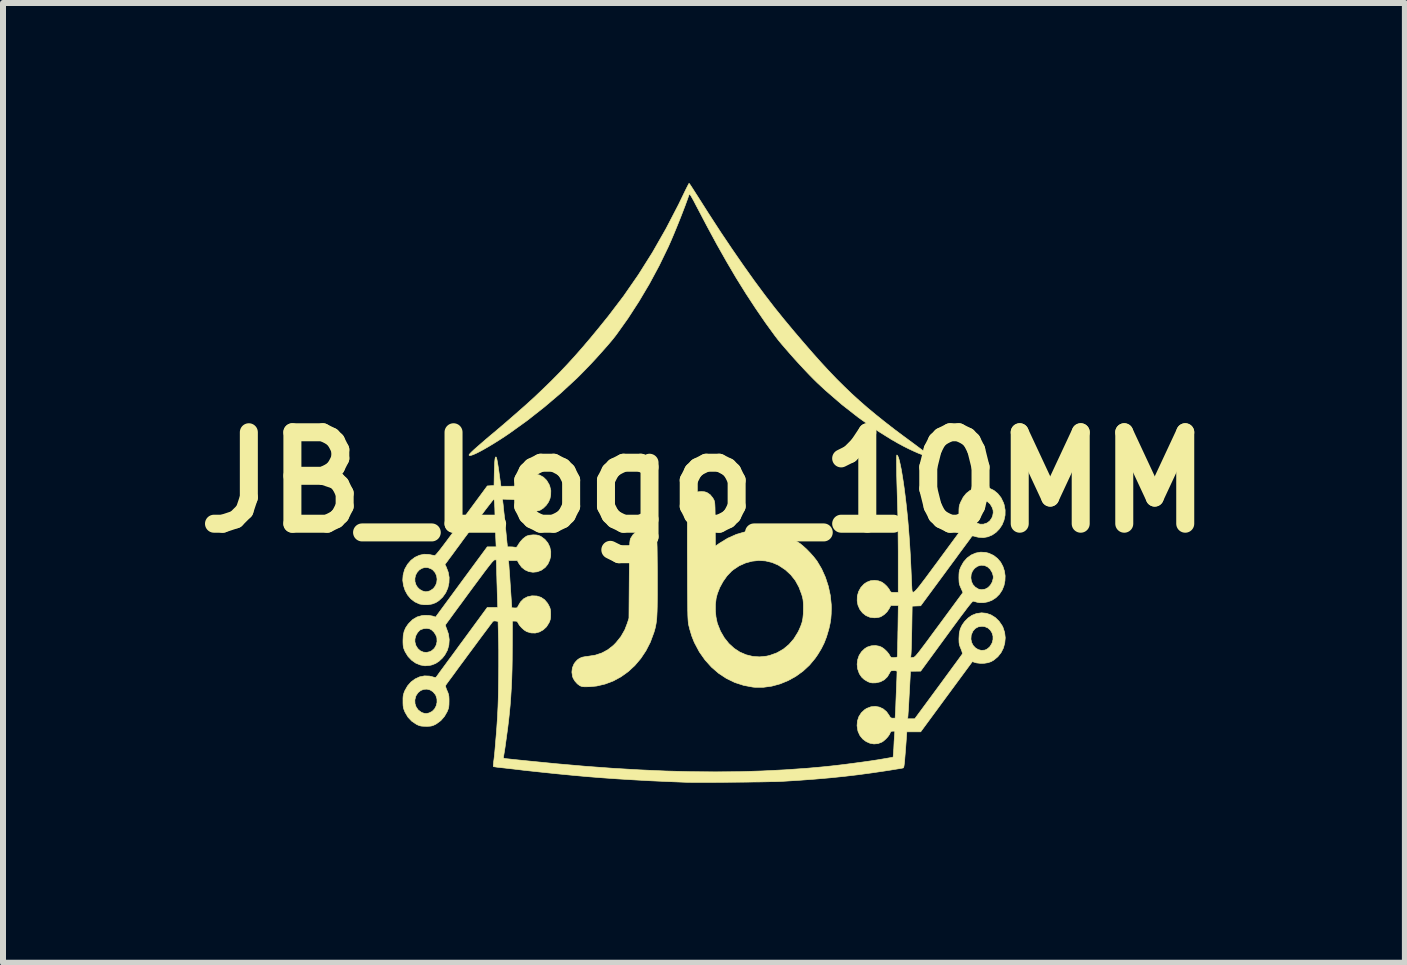
<source format=kicad_pcb>
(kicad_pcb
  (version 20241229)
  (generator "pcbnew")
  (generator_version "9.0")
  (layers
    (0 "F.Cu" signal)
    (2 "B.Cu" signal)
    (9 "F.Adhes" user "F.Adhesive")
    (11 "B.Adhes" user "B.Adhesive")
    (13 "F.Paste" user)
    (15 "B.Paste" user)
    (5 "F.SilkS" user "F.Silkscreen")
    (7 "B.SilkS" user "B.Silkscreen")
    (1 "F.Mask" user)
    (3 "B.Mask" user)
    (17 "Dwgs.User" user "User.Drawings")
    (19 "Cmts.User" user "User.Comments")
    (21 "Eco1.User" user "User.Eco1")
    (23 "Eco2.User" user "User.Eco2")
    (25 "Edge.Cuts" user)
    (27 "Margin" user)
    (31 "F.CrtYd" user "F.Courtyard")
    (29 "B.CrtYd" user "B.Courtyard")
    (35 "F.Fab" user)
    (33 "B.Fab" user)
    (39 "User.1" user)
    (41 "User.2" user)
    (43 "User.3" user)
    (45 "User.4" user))
  (footprint "JB_Logo_10MM"
    (layer "F.Cu")
    (at 8.68 4.987)
    (property "Reference" "JB_Logo_10MM" (at 0 0 0) (layer "F.SilkS") (effects (font (size 1.524 1.524) (thickness 0.3))))
    (attr exclude_from_pos_files exclude_from_bom)
    (fp_poly (pts (xy -0.953 0.798) (xy -0.91 0.812) (xy -0.907 0.814) (xy -0.869 0.842) (xy -0.832 0.883) (xy -0.803 0.927) (xy -0.787 0.965) (xy -0.785 0.985) (xy -0.783 1.024) (xy -0.781 1.083) (xy -0.78 1.159) (xy -0.779 1.252) (xy -0.778 1.359) (xy -0.777 1.479) (xy -0.777 1.611) (xy -0.777 1.613) (xy -0.777 1.755) (xy -0.777 1.877) (xy -0.778 1.982) (xy -0.779 2.071) (xy -0.781 2.146) (xy -0.784 2.21) (xy -0.787 2.265) (xy -0.792 2.311) (xy -0.798 2.353) (xy -0.805 2.391) (xy -0.813 2.428) (xy -0.823 2.465) (xy -0.835 2.505) (xy -0.838 2.512) (xy -0.894 2.664) (xy -0.967 2.806) (xy -1.053 2.935) (xy -1.152 3.052) (xy -1.263 3.154) (xy -1.383 3.24) (xy -1.512 3.31) (xy -1.648 3.361) (xy -1.789 3.394) (xy -1.903 3.405) (xy -1.957 3.406) (xy -1.996 3.406) (xy -2.024 3.403) (xy -2.046 3.398) (xy -2.066 3.389) (xy -2.067 3.389) (xy -2.109 3.358) (xy -2.148 3.315) (xy -2.178 3.267) (xy -2.19 3.236) (xy -2.201 3.162) (xy -2.193 3.092) (xy -2.166 3.027) (xy -2.146 2.998) (xy -2.111 2.96) (xy -2.074 2.933) (xy -2.029 2.914) (xy -1.972 2.903) (xy -1.928 2.898) (xy -1.809 2.879) (xy -1.701 2.843) (xy -1.603 2.79) (xy -1.511 2.718) (xy -1.464 2.67) (xy -1.383 2.569) (xy -1.319 2.457) (xy -1.277 2.348) (xy -1.25 2.263) (xy -1.245 1.617) (xy -1.244 1.483) (xy -1.243 1.368) (xy -1.242 1.272) (xy -1.241 1.192) (xy -1.24 1.127) (xy -1.239 1.075) (xy -1.237 1.034) (xy -1.236 1.003) (xy -1.233 0.98) (xy -1.231 0.962) (xy -1.227 0.949) (xy -1.224 0.939) (xy -1.219 0.929) (xy -1.218 0.927) (xy -1.182 0.872) (xy -1.134 0.828) (xy -1.098 0.807) (xy -1.056 0.795) (xy -1.004 0.793) (xy -0.953 0.798)) (stroke (width 0.01) (type solid)) (fill yes) (layer "F.SilkS"))
    (fp_poly (pts (xy -0.241 -4.974) (xy -0.224 -4.95) (xy -0.2 -4.913) (xy -0.169 -4.865) (xy -0.134 -4.81) (xy -0.114 -4.779) (xy 0.085 -4.466) (xy 0.28 -4.166) (xy 0.471 -3.882) (xy 0.657 -3.613) (xy 0.837 -3.36) (xy 1.011 -3.125) (xy 1.178 -2.908) (xy 1.338 -2.71) (xy 1.344 -2.703) (xy 1.508 -2.506) (xy 1.662 -2.326) (xy 1.807 -2.159) (xy 1.945 -2.004) (xy 2.078 -1.86) (xy 2.208 -1.724) (xy 2.336 -1.597) (xy 2.464 -1.474) (xy 2.594 -1.356) (xy 2.728 -1.239) (xy 2.867 -1.124) (xy 3.013 -1.007) (xy 3.167 -0.887) (xy 3.333 -0.763) (xy 3.466 -0.665) (xy 3.527 -0.62) (xy 3.583 -0.578) (xy 3.633 -0.541) (xy 3.673 -0.509) (xy 3.701 -0.486) (xy 3.715 -0.473) (xy 3.739 -0.445) (xy 3.708 -0.445) (xy 3.674 -0.45) (xy 3.625 -0.465) (xy 3.563 -0.489) (xy 3.491 -0.521) (xy 3.41 -0.559) (xy 3.323 -0.603) (xy 3.232 -0.652) (xy 3.14 -0.705) (xy 3.133 -0.708) (xy 2.853 -0.883) (xy 2.575 -1.079) (xy 2.299 -1.295) (xy 2.026 -1.531) (xy 1.89 -1.657) (xy 1.829 -1.717) (xy 1.759 -1.788) (xy 1.683 -1.868) (xy 1.603 -1.954) (xy 1.522 -2.042) (xy 1.443 -2.131) (xy 1.368 -2.217) (xy 1.299 -2.297) (xy 1.24 -2.368) (xy 1.194 -2.428) (xy 1.191 -2.431) (xy 1.026 -2.658) (xy 0.864 -2.894) (xy 0.702 -3.141) (xy 0.54 -3.401) (xy 0.378 -3.676) (xy 0.213 -3.968) (xy 0.046 -4.277) (xy -0.093 -4.542) (xy -0.137 -4.625) (xy -0.171 -4.691) (xy -0.199 -4.741) (xy -0.219 -4.775) (xy -0.233 -4.796) (xy -0.241 -4.804) (xy -0.245 -4.802) (xy -0.277 -4.712) (xy -0.315 -4.608) (xy -0.359 -4.493) (xy -0.406 -4.373) (xy -0.455 -4.252) (xy -0.503 -4.135) (xy -0.549 -4.027) (xy -0.591 -3.932) (xy -0.597 -3.919) (xy -0.747 -3.61) (xy -0.91 -3.307) (xy -1.084 -3.014) (xy -1.266 -2.733) (xy -1.454 -2.469) (xy -1.478 -2.437) (xy -1.524 -2.379) (xy -1.582 -2.31) (xy -1.65 -2.232) (xy -1.725 -2.148) (xy -1.803 -2.061) (xy -1.884 -1.974) (xy -1.964 -1.891) (xy -2.04 -1.813) (xy -2.109 -1.744) (xy -2.118 -1.735) (xy -2.384 -1.489) (xy -2.662 -1.253) (xy -2.947 -1.029) (xy -3.235 -0.822) (xy -3.322 -0.763) (xy -3.416 -0.702) (xy -3.507 -0.645) (xy -3.592 -0.594) (xy -3.67 -0.549) (xy -3.74 -0.511) (xy -3.8 -0.481) (xy -3.849 -0.46) (xy -3.886 -0.448) (xy -3.908 -0.447) (xy -3.915 -0.455) (xy -3.91 -0.465) (xy -3.895 -0.483) (xy -3.87 -0.508) (xy -3.833 -0.543) (xy -3.783 -0.587) (xy -3.72 -0.642) (xy -3.644 -0.708) (xy -3.552 -0.786) (xy -3.506 -0.824) (xy -3.315 -0.986) (xy -3.139 -1.139) (xy -2.975 -1.283) (xy -2.822 -1.422) (xy -2.679 -1.558) (xy -2.542 -1.691) (xy -2.41 -1.825) (xy -2.281 -1.961) (xy -2.153 -2.101) (xy -2.024 -2.248) (xy -1.892 -2.403) (xy -1.756 -2.568) (xy -1.612 -2.746) (xy -1.595 -2.767) (xy -1.338 -3.105) (xy -1.092 -3.46) (xy -0.857 -3.833) (xy -0.634 -4.224) (xy -0.422 -4.632) (xy -0.338 -4.806) (xy -0.311 -4.862) (xy -0.287 -4.91) (xy -0.267 -4.949) (xy -0.254 -4.974) (xy -0.248 -4.982) (xy -0.241 -4.974)) (stroke (width 0.01) (type solid)) (fill yes) (layer "F.SilkS"))
    (fp_poly (pts (xy 0.012 0.158) (xy 0.048 0.169) (xy 0.102 0.205) (xy 0.146 0.258) (xy 0.163 0.288) (xy 0.169 0.3) (xy 0.173 0.314) (xy 0.177 0.33) (xy 0.18 0.353) (xy 0.182 0.383) (xy 0.184 0.424) (xy 0.185 0.478) (xy 0.186 0.547) (xy 0.187 0.634) (xy 0.187 0.697) (xy 0.19 1.063) (xy 0.257 1.016) (xy 0.396 0.931) (xy 0.542 0.866) (xy 0.697 0.821) (xy 0.769 0.808) (xy 0.916 0.795) (xy 1.064 0.803) (xy 1.21 0.833) (xy 1.355 0.882) (xy 1.495 0.952) (xy 1.604 1.022) (xy 1.655 1.064) (xy 1.713 1.117) (xy 1.772 1.178) (xy 1.828 1.241) (xy 1.874 1.3) (xy 1.884 1.313) (xy 1.96 1.441) (xy 2.023 1.581) (xy 2.072 1.731) (xy 2.105 1.884) (xy 2.121 2.038) (xy 2.122 2.096) (xy 2.12 2.19) (xy 2.114 2.271) (xy 2.102 2.349) (xy 2.084 2.431) (xy 2.076 2.46) (xy 2.042 2.575) (xy 2.002 2.678) (xy 1.954 2.774) (xy 1.895 2.871) (xy 1.851 2.934) (xy 1.758 3.046) (xy 1.65 3.146) (xy 1.531 3.232) (xy 1.403 3.303) (xy 1.269 3.358) (xy 1.13 3.396) (xy 0.991 3.415) (xy 0.852 3.415) (xy 0.817 3.412) (xy 0.661 3.383) (xy 0.513 3.335) (xy 0.373 3.267) (xy 0.244 3.182) (xy 0.125 3.079) (xy 0.018 2.96) (xy -0.077 2.825) (xy -0.157 2.675) (xy -0.162 2.665) (xy -0.203 2.562) (xy -0.238 2.445) (xy -0.256 2.372) (xy -0.259 2.357) (xy -0.261 2.339) (xy -0.263 2.317) (xy -0.265 2.29) (xy -0.267 2.256) (xy -0.269 2.213) (xy -0.27 2.16) (xy -0.271 2.137) (xy 0.19 2.137) (xy 0.2 2.242) (xy 0.22 2.339) (xy 0.226 2.358) (xy 0.275 2.481) (xy 0.339 2.591) (xy 0.414 2.685) (xy 0.501 2.765) (xy 0.597 2.828) (xy 0.701 2.873) (xy 0.811 2.9) (xy 0.926 2.908) (xy 1.044 2.896) (xy 1.099 2.883) (xy 1.217 2.84) (xy 1.323 2.779) (xy 1.417 2.701) (xy 1.498 2.607) (xy 1.566 2.497) (xy 1.582 2.465) (xy 1.613 2.394) (xy 1.635 2.33) (xy 1.648 2.265) (xy 1.655 2.194) (xy 1.657 2.11) (xy 1.657 2.1) (xy 1.657 2.038) (xy 1.654 1.99) (xy 1.65 1.952) (xy 1.642 1.916) (xy 1.631 1.876) (xy 1.63 1.872) (xy 1.583 1.747) (xy 1.523 1.637) (xy 1.447 1.541) (xy 1.357 1.458) (xy 1.25 1.387) (xy 1.237 1.379) (xy 1.134 1.335) (xy 1.025 1.309) (xy 0.913 1.302) (xy 0.801 1.314) (xy 0.691 1.344) (xy 0.586 1.391) (xy 0.489 1.456) (xy 0.458 1.481) (xy 0.384 1.559) (xy 0.319 1.651) (xy 0.264 1.751) (xy 0.223 1.855) (xy 0.203 1.932) (xy 0.191 2.031) (xy 0.19 2.137) (xy -0.271 2.137) (xy -0.271 2.097) (xy -0.272 2.02) (xy -0.273 1.93) (xy -0.274 1.824) (xy -0.275 1.701) (xy -0.275 1.56) (xy -0.276 1.399) (xy -0.276 1.335) (xy -0.277 1.154) (xy -0.277 0.994) (xy -0.277 0.854) (xy -0.277 0.733) (xy -0.277 0.629) (xy -0.276 0.543) (xy -0.275 0.472) (xy -0.274 0.416) (xy -0.272 0.375) (xy -0.271 0.346) (xy -0.269 0.33) (xy -0.268 0.329) (xy -0.247 0.278) (xy -0.213 0.229) (xy -0.172 0.189) (xy -0.145 0.172) (xy -0.098 0.158) (xy -0.043 0.153) (xy 0.012 0.158)) (stroke (width 0.01) (type solid)) (fill yes) (layer "F.SilkS"))
    (fp_poly (pts (xy 3.226 -0.445) (xy 3.24 -0.415) (xy 3.255 -0.366) (xy 3.27 -0.3) (xy 3.287 -0.218) (xy 3.303 -0.123) (xy 3.32 -0.016) (xy 3.337 0.102) (xy 3.353 0.229) (xy 3.369 0.363) (xy 3.384 0.503) (xy 3.397 0.634) (xy 3.408 0.766) (xy 3.419 0.91) (xy 3.429 1.059) (xy 3.438 1.207) (xy 3.445 1.348) (xy 3.451 1.473) (xy 3.451 1.476) (xy 3.454 1.544) (xy 3.457 1.614) (xy 3.46 1.679) (xy 3.462 1.731) (xy 3.463 1.735) (xy 3.464 1.765) (xy 3.466 1.791) (xy 3.469 1.811) (xy 3.474 1.825) (xy 3.482 1.831) (xy 3.494 1.829) (xy 3.51 1.818) (xy 3.532 1.797) (xy 3.56 1.765) (xy 3.595 1.722) (xy 3.638 1.665) (xy 3.691 1.596) (xy 3.753 1.512) (xy 3.826 1.413) (xy 3.911 1.299) (xy 3.917 1.29) (xy 4.315 0.75) (xy 4.282 0.676) (xy 4.266 0.64) (xy 4.256 0.609) (xy 4.251 0.578) (xy 4.249 0.539) (xy 4.248 0.5) (xy 4.248 0.497) (xy 4.444 0.497) (xy 4.447 0.524) (xy 4.467 0.59) (xy 4.501 0.642) (xy 4.546 0.678) (xy 4.599 0.697) (xy 4.657 0.697) (xy 4.717 0.677) (xy 4.719 0.676) (xy 4.762 0.643) (xy 4.795 0.596) (xy 4.811 0.556) (xy 4.82 0.505) (xy 4.817 0.462) (xy 4.802 0.418) (xy 4.769 0.362) (xy 4.725 0.322) (xy 4.673 0.3) (xy 4.617 0.296) (xy 4.56 0.312) (xy 4.557 0.313) (xy 4.512 0.346) (xy 4.476 0.39) (xy 4.453 0.443) (xy 4.444 0.497) (xy 4.248 0.497) (xy 4.249 0.447) (xy 4.252 0.409) (xy 4.259 0.377) (xy 4.271 0.345) (xy 4.276 0.333) (xy 4.319 0.249) (xy 4.371 0.184) (xy 4.434 0.135) (xy 4.51 0.098) (xy 4.594 0.078) (xy 4.677 0.078) (xy 4.756 0.098) (xy 4.83 0.134) (xy 4.895 0.187) (xy 4.949 0.255) (xy 4.989 0.337) (xy 5.001 0.371) (xy 5.018 0.461) (xy 5.017 0.548) (xy 4.999 0.631) (xy 4.968 0.707) (xy 4.923 0.775) (xy 4.868 0.832) (xy 4.803 0.877) (xy 4.731 0.907) (xy 4.654 0.921) (xy 4.573 0.915) (xy 4.536 0.907) (xy 4.502 0.897) (xy 4.481 0.893) (xy 4.469 0.895) (xy 4.46 0.903) (xy 4.457 0.908) (xy 4.449 0.919) (xy 4.429 0.947) (xy 4.399 0.988) (xy 4.359 1.042) (xy 4.311 1.107) (xy 4.256 1.181) (xy 4.196 1.264) (xy 4.13 1.353) (xy 4.06 1.448) (xy 4.027 1.493) (xy 3.611 2.057) (xy 3.54 2.06) (xy 3.469 2.063) (xy 3.463 2.435) (xy 3.461 2.525) (xy 3.459 2.611) (xy 3.457 2.689) (xy 3.455 2.757) (xy 3.453 2.812) (xy 3.451 2.849) (xy 3.45 2.864) (xy 3.444 2.921) (xy 3.482 2.918) (xy 3.49 2.917) (xy 3.498 2.914) (xy 3.507 2.909) (xy 3.518 2.9) (xy 3.532 2.886) (xy 3.55 2.865) (xy 3.573 2.837) (xy 3.602 2.8) (xy 3.638 2.752) (xy 3.682 2.694) (xy 3.735 2.623) (xy 3.797 2.538) (xy 3.871 2.438) (xy 3.918 2.375) (xy 4.315 1.836) (xy 4.282 1.762) (xy 4.266 1.725) (xy 4.256 1.695) (xy 4.251 1.664) (xy 4.249 1.624) (xy 4.248 1.592) (xy 4.447 1.592) (xy 4.456 1.649) (xy 4.48 1.702) (xy 4.52 1.746) (xy 4.523 1.748) (xy 4.574 1.779) (xy 4.625 1.789) (xy 4.683 1.78) (xy 4.686 1.779) (xy 4.733 1.754) (xy 4.773 1.713) (xy 4.803 1.661) (xy 4.819 1.602) (xy 4.821 1.574) (xy 4.816 1.547) (xy 4.806 1.513) (xy 4.802 1.503) (xy 4.769 1.448) (xy 4.725 1.408) (xy 4.673 1.385) (xy 4.617 1.381) (xy 4.56 1.397) (xy 4.557 1.399) (xy 4.508 1.434) (xy 4.473 1.48) (xy 4.452 1.534) (xy 4.447 1.592) (xy 4.248 1.592) (xy 4.248 1.585) (xy 4.249 1.534) (xy 4.252 1.496) (xy 4.258 1.465) (xy 4.27 1.433) (xy 4.28 1.409) (xy 4.325 1.328) (xy 4.384 1.261) (xy 4.452 1.211) (xy 4.529 1.178) (xy 4.61 1.163) (xy 4.695 1.168) (xy 4.748 1.182) (xy 4.826 1.218) (xy 4.891 1.269) (xy 4.943 1.33) (xy 4.981 1.401) (xy 5.006 1.478) (xy 5.018 1.558) (xy 5.015 1.64) (xy 4.999 1.719) (xy 4.969 1.794) (xy 4.924 1.863) (xy 4.865 1.922) (xy 4.797 1.966) (xy 4.73 1.991) (xy 4.66 2.005) (xy 4.591 2.005) (xy 4.552 1.998) (xy 4.52 1.989) (xy 4.494 1.982) (xy 4.487 1.98) (xy 4.481 1.982) (xy 4.471 1.99) (xy 4.457 2.005) (xy 4.437 2.029) (xy 4.41 2.062) (xy 4.376 2.106) (xy 4.335 2.161) (xy 4.284 2.228) (xy 4.224 2.309) (xy 4.153 2.405) (xy 4.072 2.516) (xy 4.039 2.561) (xy 3.611 3.146) (xy 3.526 3.147) (xy 3.441 3.148) (xy 3.423 3.482) (xy 3.418 3.568) (xy 3.414 3.65) (xy 3.41 3.725) (xy 3.406 3.789) (xy 3.402 3.839) (xy 3.4 3.872) (xy 3.4 3.878) (xy 3.394 3.94) (xy 3.512 3.94) (xy 3.905 3.407) (xy 3.974 3.313) (xy 4.039 3.224) (xy 4.1 3.141) (xy 4.155 3.066) (xy 4.203 3.001) (xy 4.243 2.946) (xy 4.274 2.903) (xy 4.295 2.874) (xy 4.305 2.86) (xy 4.305 2.859) (xy 4.305 2.844) (xy 4.297 2.814) (xy 4.283 2.777) (xy 4.281 2.772) (xy 4.265 2.733) (xy 4.255 2.7) (xy 4.25 2.666) (xy 4.249 2.623) (xy 4.249 2.613) (xy 4.448 2.613) (xy 4.46 2.669) (xy 4.486 2.719) (xy 4.524 2.759) (xy 4.57 2.787) (xy 4.621 2.8) (xy 4.676 2.796) (xy 4.704 2.786) (xy 4.731 2.768) (xy 4.76 2.742) (xy 4.768 2.733) (xy 4.801 2.677) (xy 4.816 2.62) (xy 4.816 2.562) (xy 4.8 2.509) (xy 4.771 2.462) (xy 4.73 2.426) (xy 4.678 2.404) (xy 4.632 2.399) (xy 4.57 2.408) (xy 4.52 2.435) (xy 4.481 2.48) (xy 4.455 2.54) (xy 4.452 2.553) (xy 4.448 2.613) (xy 4.249 2.613) (xy 4.249 2.6) (xy 4.254 2.514) (xy 4.271 2.441) (xy 4.302 2.377) (xy 4.344 2.318) (xy 4.403 2.259) (xy 4.465 2.216) (xy 4.538 2.187) (xy 4.544 2.186) (xy 4.625 2.174) (xy 4.706 2.182) (xy 4.783 2.209) (xy 4.854 2.253) (xy 4.916 2.313) (xy 4.967 2.387) (xy 4.982 2.416) (xy 5.01 2.502) (xy 5.02 2.59) (xy 5.012 2.677) (xy 4.989 2.761) (xy 4.95 2.838) (xy 4.896 2.906) (xy 4.83 2.961) (xy 4.785 2.987) (xy 4.733 3.005) (xy 4.67 3.015) (xy 4.604 3.016) (xy 4.544 3.009) (xy 4.523 3.004) (xy 4.472 2.987) (xy 4.041 3.572) (xy 3.611 4.157) (xy 3.495 4.157) (xy 3.38 4.157) (xy 3.368 4.323) (xy 3.36 4.431) (xy 3.353 4.52) (xy 3.347 4.592) (xy 3.343 4.647) (xy 3.338 4.689) (xy 3.334 4.719) (xy 3.33 4.739) (xy 3.326 4.751) (xy 3.321 4.757) (xy 3.318 4.759) (xy 3.304 4.762) (xy 3.273 4.768) (xy 3.228 4.775) (xy 3.172 4.784) (xy 3.106 4.795) (xy 3.033 4.806) (xy 3.023 4.808) (xy 2.791 4.842) (xy 2.562 4.873) (xy 2.332 4.9) (xy 2.097 4.924) (xy 1.854 4.945) (xy 1.599 4.964) (xy 1.328 4.981) (xy 1.295 4.983) (xy 1.253 4.985) (xy 1.193 4.987) (xy 1.117 4.988) (xy 1.029 4.99) (xy 0.929 4.992) (xy 0.821 4.993) (xy 0.707 4.995) (xy 0.588 4.996) (xy 0.468 4.997) (xy 0.347 4.998) (xy 0.23 4.999) (xy 0.117 5) (xy 0.011 5) (xy -0.085 5) (xy -0.17 5) (xy -0.241 4.999) (xy -0.296 4.998) (xy -0.324 4.997) (xy -0.624 4.985) (xy -0.908 4.972) (xy -1.179 4.957) (xy -1.441 4.941) (xy -1.697 4.923) (xy -1.95 4.903) (xy -2.204 4.88) (xy -2.463 4.855) (xy -2.73 4.827) (xy -3.008 4.797) (xy -3.098 4.786) (xy -3.174 4.777) (xy -3.248 4.769) (xy -3.315 4.761) (xy -3.372 4.755) (xy -3.416 4.75) (xy -3.443 4.747) (xy -3.444 4.747) (xy -3.477 4.742) (xy -3.501 4.738) (xy -3.51 4.734) (xy -3.51 4.721) (xy -3.508 4.692) (xy -3.504 4.651) (xy -3.5 4.624) (xy -3.493 4.564) (xy -3.485 4.485) (xy -3.477 4.394) (xy -3.469 4.294) (xy -3.46 4.189) (xy -3.452 4.083) (xy -3.445 3.981) (xy -3.439 3.887) (xy -3.437 3.837) (xy -3.432 3.737) (xy -3.428 3.619) (xy -3.425 3.488) (xy -3.423 3.349) (xy -3.421 3.205) (xy -3.42 3.061) (xy -3.42 2.921) (xy -3.42 2.79) (xy -3.422 2.672) (xy -3.424 2.595) (xy -3.431 2.318) (xy -3.466 2.311) (xy -3.498 2.309) (xy -3.515 2.316) (xy -3.523 2.325) (xy -3.542 2.351) (xy -3.571 2.389) (xy -3.608 2.439) (xy -3.653 2.499) (xy -3.704 2.567) (xy -3.759 2.641) (xy -3.817 2.72) (xy -3.878 2.802) (xy -3.939 2.884) (xy -3.999 2.966) (xy -4.058 3.045) (xy -4.113 3.12) (xy -4.163 3.189) (xy -4.208 3.25) (xy -4.246 3.301) (xy -4.275 3.341) (xy -4.294 3.367) (xy -4.3 3.377) (xy -4.306 3.39) (xy -4.304 3.408) (xy -4.295 3.436) (xy -4.281 3.47) (xy -4.265 3.508) (xy -4.255 3.539) (xy -4.25 3.571) (xy -4.248 3.613) (xy -4.248 3.647) (xy -4.249 3.699) (xy -4.252 3.736) (xy -4.258 3.767) (xy -4.27 3.799) (xy -4.279 3.821) (xy -4.325 3.901) (xy -4.385 3.97) (xy -4.457 4.023) (xy -4.472 4.032) (xy -4.506 4.048) (xy -4.534 4.058) (xy -4.564 4.063) (xy -4.603 4.065) (xy -4.632 4.065) (xy -4.679 4.064) (xy -4.713 4.061) (xy -4.742 4.054) (xy -4.771 4.042) (xy -4.793 4.031) (xy -4.869 3.98) (xy -4.932 3.913) (xy -4.98 3.832) (xy -4.984 3.823) (xy -4.999 3.786) (xy -5.008 3.755) (xy -5.013 3.722) (xy -5.015 3.68) (xy -5.015 3.647) (xy -5.015 3.627) (xy -4.818 3.627) (xy -4.815 3.688) (xy -4.796 3.744) (xy -4.762 3.792) (xy -4.715 3.828) (xy -4.695 3.838) (xy -4.657 3.85) (xy -4.624 3.852) (xy -4.586 3.844) (xy -4.577 3.841) (xy -4.528 3.816) (xy -4.489 3.776) (xy -4.462 3.725) (xy -4.448 3.668) (xy -4.449 3.609) (xy -4.467 3.552) (xy -4.476 3.536) (xy -4.516 3.489) (xy -4.564 3.459) (xy -4.616 3.446) (xy -4.669 3.449) (xy -4.72 3.469) (xy -4.764 3.504) (xy -4.798 3.555) (xy -4.802 3.565) (xy -4.818 3.627) (xy -5.015 3.627) (xy -5.015 3.596) (xy -5.012 3.559) (xy -5.005 3.528) (xy -4.994 3.495) (xy -4.984 3.471) (xy -4.939 3.392) (xy -4.881 3.326) (xy -4.813 3.276) (xy -4.738 3.241) (xy -4.658 3.225) (xy -4.576 3.228) (xy -4.528 3.239) (xy -4.495 3.249) (xy -4.476 3.252) (xy -4.465 3.248) (xy -4.459 3.241) (xy -4.451 3.23) (xy -4.431 3.203) (xy -4.402 3.162) (xy -4.363 3.109) (xy -4.315 3.044) (xy -4.261 2.97) (xy -4.2 2.888) (xy -4.134 2.798) (xy -4.065 2.703) (xy -4.029 2.655) (xy -3.611 2.085) (xy -3.523 2.085) (xy -3.436 2.084) (xy -3.441 1.946) (xy -3.443 1.893) (xy -3.445 1.824) (xy -3.447 1.744) (xy -3.45 1.659) (xy -3.452 1.575) (xy -3.453 1.55) (xy -3.459 1.292) (xy -3.485 1.292) (xy -3.492 1.293) (xy -3.501 1.299) (xy -3.513 1.311) (xy -3.53 1.328) (xy -3.551 1.354) (xy -3.579 1.389) (xy -3.613 1.433) (xy -3.656 1.489) (xy -3.707 1.558) (xy -3.768 1.64) (xy -3.84 1.737) (xy -3.905 1.825) (xy -3.974 1.919) (xy -4.039 2.008) (xy -4.1 2.09) (xy -4.155 2.165) (xy -4.203 2.231) (xy -4.243 2.286) (xy -4.274 2.328) (xy -4.295 2.357) (xy -4.305 2.371) (xy -4.306 2.372) (xy -4.306 2.389) (xy -4.297 2.418) (xy -4.288 2.44) (xy -4.257 2.53) (xy -4.245 2.621) (xy -4.251 2.711) (xy -4.275 2.797) (xy -4.318 2.876) (xy -4.357 2.926) (xy -4.413 2.979) (xy -4.47 3.017) (xy -4.533 3.042) (xy -4.569 3.05) (xy -4.649 3.057) (xy -4.727 3.043) (xy -4.803 3.012) (xy -4.871 2.964) (xy -4.931 2.901) (xy -4.978 2.825) (xy -4.988 2.803) (xy -5.001 2.771) (xy -5.009 2.742) (xy -5.013 2.709) (xy -5.015 2.666) (xy -5.015 2.657) (xy -4.817 2.657) (xy -4.8 2.719) (xy -4.769 2.769) (xy -4.727 2.807) (xy -4.676 2.829) (xy -4.622 2.834) (xy -4.566 2.821) (xy -4.536 2.805) (xy -4.492 2.766) (xy -4.463 2.714) (xy -4.448 2.655) (xy -4.45 2.594) (xy -4.452 2.584) (xy -4.471 2.538) (xy -4.501 2.494) (xy -4.538 2.459) (xy -4.569 2.442) (xy -4.618 2.433) (xy -4.672 2.438) (xy -4.721 2.455) (xy -4.736 2.465) (xy -4.773 2.504) (xy -4.801 2.555) (xy -4.816 2.611) (xy -4.817 2.657) (xy -5.015 2.657) (xy -5.015 2.632) (xy -5.011 2.553) (xy -4.997 2.487) (xy -4.973 2.428) (xy -4.935 2.371) (xy -4.916 2.348) (xy -4.853 2.286) (xy -4.78 2.243) (xy -4.699 2.22) (xy -4.655 2.216) (xy -4.585 2.217) (xy -4.529 2.227) (xy -4.523 2.228) (xy -4.472 2.245) (xy -4.042 1.66) (xy -3.611 1.075) (xy -3.463 1.075) (xy -3.47 0.915) (xy -3.472 0.852) (xy -3.475 0.774) (xy -3.478 0.688) (xy -3.48 0.601) (xy -3.483 0.518) (xy -3.485 0.437) (xy -3.488 0.376) (xy -3.491 0.332) (xy -3.494 0.303) (xy -3.498 0.287) (xy -3.502 0.282) (xy -3.502 0.282) (xy -3.511 0.29) (xy -3.531 0.314) (xy -3.56 0.352) (xy -3.599 0.402) (xy -3.646 0.463) (xy -3.699 0.534) (xy -3.758 0.613) (xy -3.822 0.698) (xy -3.877 0.773) (xy -3.944 0.865) (xy -4.009 0.952) (xy -4.069 1.035) (xy -4.125 1.11) (xy -4.173 1.176) (xy -4.214 1.232) (xy -4.247 1.275) (xy -4.268 1.305) (xy -4.277 1.317) (xy -4.316 1.369) (xy -4.295 1.409) (xy -4.262 1.496) (xy -4.246 1.585) (xy -4.249 1.674) (xy -4.268 1.76) (xy -4.303 1.84) (xy -4.354 1.912) (xy -4.418 1.972) (xy -4.47 2.005) (xy -4.529 2.027) (xy -4.598 2.039) (xy -4.67 2.039) (xy -4.736 2.028) (xy -4.743 2.026) (xy -4.819 1.991) (xy -4.885 1.94) (xy -4.939 1.876) (xy -4.98 1.801) (xy -5.007 1.719) (xy -5.019 1.633) (xy -5.017 1.599) (xy -4.817 1.599) (xy -4.816 1.654) (xy -4.798 1.71) (xy -4.773 1.749) (xy -4.736 1.785) (xy -4.688 1.811) (xy -4.64 1.823) (xy -4.632 1.823) (xy -4.6 1.818) (xy -4.564 1.807) (xy -4.557 1.803) (xy -4.508 1.769) (xy -4.474 1.723) (xy -4.453 1.67) (xy -4.447 1.614) (xy -4.455 1.558) (xy -4.478 1.506) (xy -4.515 1.463) (xy -4.545 1.442) (xy -4.6 1.421) (xy -4.654 1.419) (xy -4.703 1.434) (xy -4.745 1.461) (xy -4.78 1.5) (xy -4.805 1.547) (xy -4.817 1.599) (xy -5.017 1.599) (xy -5.013 1.545) (xy -4.99 1.459) (xy -4.983 1.442) (xy -4.939 1.365) (xy -4.883 1.3) (xy -4.816 1.249) (xy -4.742 1.215) (xy -4.664 1.198) (xy -4.585 1.201) (xy -4.57 1.204) (xy -4.533 1.212) (xy -4.502 1.217) (xy -4.486 1.22) (xy -4.479 1.216) (xy -4.467 1.205) (xy -4.45 1.186) (xy -4.425 1.156) (xy -4.393 1.116) (xy -4.353 1.064) (xy -4.304 0.999) (xy -4.246 0.921) (xy -4.177 0.829) (xy -4.097 0.721) (xy -4.038 0.64) (xy -3.61 0.06) (xy -3.498 0.053) (xy -3.494 -0.161) (xy -3.491 -0.246) (xy -3.489 -0.312) (xy -3.485 -0.361) (xy -3.481 -0.394) (xy -3.476 -0.414) (xy -3.469 -0.423) (xy -3.466 -0.423) (xy -3.461 -0.418) (xy -3.455 -0.402) (xy -3.448 -0.372) (xy -3.44 -0.328) (xy -3.43 -0.266) (xy -3.418 -0.186) (xy -3.41 -0.128) (xy -3.383 0.065) (xy -3.113 0.064) (xy -3.083 0.008) (xy -3.039 -0.054) (xy -2.983 -0.1) (xy -2.917 -0.129) (xy -2.844 -0.139) (xy -2.813 -0.138) (xy -2.74 -0.122) (xy -2.675 -0.086) (xy -2.622 -0.034) (xy -2.581 0.035) (xy -2.569 0.066) (xy -2.552 0.137) (xy -2.554 0.211) (xy -2.566 0.271) (xy -2.59 0.327) (xy -2.628 0.382) (xy -2.676 0.429) (xy -2.727 0.462) (xy -2.749 0.471) (xy -2.825 0.487) (xy -2.895 0.483) (xy -2.958 0.457) (xy -3.019 0.411) (xy -3.037 0.393) (xy -3.065 0.361) (xy -3.088 0.332) (xy -3.103 0.312) (xy -3.104 0.309) (xy -3.11 0.3) (xy -3.121 0.294) (xy -3.14 0.289) (xy -3.17 0.287) (xy -3.214 0.285) (xy -3.237 0.284) (xy -3.359 0.28) (xy -3.353 0.317) (xy -3.351 0.336) (xy -3.346 0.374) (xy -3.341 0.427) (xy -3.334 0.494) (xy -3.325 0.571) (xy -3.317 0.655) (xy -3.308 0.743) (xy -3.299 0.833) (xy -3.29 0.922) (xy -3.282 1.007) (xy -3.281 1.012) (xy -3.275 1.075) (xy -3.228 1.075) (xy -3.192 1.076) (xy -3.159 1.08) (xy -3.15 1.081) (xy -3.132 1.083) (xy -3.118 1.076) (xy -3.104 1.056) (xy -3.095 1.039) (xy -3.059 0.987) (xy -3.014 0.938) (xy -2.966 0.902) (xy -2.951 0.894) (xy -2.911 0.882) (xy -2.857 0.876) (xy -2.839 0.875) (xy -2.794 0.877) (xy -2.761 0.883) (xy -2.73 0.895) (xy -2.713 0.904) (xy -2.651 0.95) (xy -2.602 1.009) (xy -2.569 1.077) (xy -2.553 1.152) (xy -2.554 1.229) (xy -2.57 1.294) (xy -2.602 1.364) (xy -2.647 1.419) (xy -2.708 1.463) (xy -2.711 1.465) (xy -2.78 1.491) (xy -2.85 1.498) (xy -2.919 1.487) (xy -2.983 1.458) (xy -3.038 1.414) (xy -3.082 1.354) (xy -3.084 1.351) (xy -3.11 1.303) (xy -3.258 1.303) (xy -3.251 1.37) (xy -3.249 1.399) (xy -3.246 1.445) (xy -3.241 1.506) (xy -3.236 1.579) (xy -3.231 1.66) (xy -3.225 1.745) (xy -3.224 1.764) (xy -3.202 2.09) (xy -3.157 2.093) (xy -3.129 2.093) (xy -3.113 2.088) (xy -3.101 2.071) (xy -3.096 2.06) (xy -3.056 1.992) (xy -3.004 1.94) (xy -2.941 1.907) (xy -2.867 1.891) (xy -2.864 1.891) (xy -2.784 1.894) (xy -2.715 1.916) (xy -2.656 1.956) (xy -2.606 2.015) (xy -2.585 2.053) (xy -2.569 2.086) (xy -2.56 2.116) (xy -2.556 2.15) (xy -2.555 2.197) (xy -2.555 2.198) (xy -2.556 2.247) (xy -2.561 2.284) (xy -2.571 2.315) (xy -2.582 2.34) (xy -2.624 2.407) (xy -2.679 2.458) (xy -2.742 2.493) (xy -2.81 2.511) (xy -2.881 2.509) (xy -2.952 2.488) (xy -2.956 2.486) (xy -2.997 2.46) (xy -3.039 2.422) (xy -3.076 2.38) (xy -3.1 2.339) (xy -3.1 2.339) (xy -3.111 2.321) (xy -3.129 2.313) (xy -3.152 2.312) (xy -3.192 2.312) (xy -3.194 2.765) (xy -3.195 2.952) (xy -3.198 3.121) (xy -3.203 3.278) (xy -3.21 3.427) (xy -3.219 3.573) (xy -3.23 3.721) (xy -3.245 3.874) (xy -3.248 3.902) (xy -3.254 3.957) (xy -3.262 4.024) (xy -3.271 4.099) (xy -3.282 4.179) (xy -3.293 4.26) (xy -3.304 4.339) (xy -3.314 4.412) (xy -3.324 4.477) (xy -3.333 4.53) (xy -3.339 4.567) (xy -3.342 4.582) (xy -3.342 4.592) (xy -3.331 4.598) (xy -3.306 4.603) (xy -3.28 4.606) (xy -3.251 4.609) (xy -3.206 4.614) (xy -3.149 4.62) (xy -3.082 4.627) (xy -3.01 4.634) (xy -2.953 4.64) (xy -2.457 4.689) (xy -1.978 4.731) (xy -1.516 4.765) (xy -1.069 4.791) (xy -0.636 4.81) (xy -0.217 4.821) (xy 0.191 4.824) (xy 0.587 4.821) (xy 0.974 4.809) (xy 1.352 4.79) (xy 1.722 4.764) (xy 1.903 4.748) (xy 2.04 4.735) (xy 2.186 4.719) (xy 2.338 4.701) (xy 2.491 4.681) (xy 2.64 4.661) (xy 2.782 4.641) (xy 2.912 4.621) (xy 3.023 4.602) (xy 3.07 4.594) (xy 3.109 4.587) (xy 3.137 4.582) (xy 3.149 4.581) (xy 3.149 4.581) (xy 3.152 4.571) (xy 3.155 4.543) (xy 3.158 4.502) (xy 3.161 4.451) (xy 3.162 4.448) (xy 3.165 4.386) (xy 3.168 4.322) (xy 3.172 4.265) (xy 3.174 4.231) (xy 3.18 4.146) (xy 3.145 4.146) (xy 3.12 4.149) (xy 3.108 4.161) (xy 3.104 4.172) (xy 3.09 4.202) (xy 3.064 4.239) (xy 3.03 4.276) (xy 2.993 4.309) (xy 2.965 4.328) (xy 2.9 4.353) (xy 2.832 4.359) (xy 2.765 4.347) (xy 2.702 4.319) (xy 2.646 4.277) (xy 2.6 4.221) (xy 2.569 4.155) (xy 2.564 4.138) (xy 2.551 4.055) (xy 2.557 3.977) (xy 2.581 3.904) (xy 2.622 3.84) (xy 2.678 3.788) (xy 2.711 3.767) (xy 2.782 3.74) (xy 2.853 3.733) (xy 2.922 3.745) (xy 2.986 3.775) (xy 3.042 3.822) (xy 3.081 3.877) (xy 3.099 3.907) (xy 3.114 3.923) (xy 3.132 3.929) (xy 3.148 3.929) (xy 3.185 3.929) (xy 3.192 3.807) (xy 3.194 3.771) (xy 3.196 3.72) (xy 3.198 3.657) (xy 3.201 3.586) (xy 3.204 3.51) (xy 3.207 3.433) (xy 3.21 3.359) (xy 3.213 3.29) (xy 3.215 3.232) (xy 3.216 3.186) (xy 3.217 3.157) (xy 3.217 3.151) (xy 3.208 3.142) (xy 3.18 3.137) (xy 3.164 3.137) (xy 3.133 3.138) (xy 3.115 3.143) (xy 3.104 3.156) (xy 3.095 3.174) (xy 3.056 3.24) (xy 3.004 3.29) (xy 2.939 3.324) (xy 2.863 3.341) (xy 2.852 3.341) (xy 2.809 3.342) (xy 2.776 3.338) (xy 2.745 3.327) (xy 2.727 3.319) (xy 2.67 3.285) (xy 2.627 3.245) (xy 2.593 3.195) (xy 2.586 3.181) (xy 2.56 3.107) (xy 2.552 3.031) (xy 2.561 2.956) (xy 2.585 2.885) (xy 2.625 2.823) (xy 2.678 2.772) (xy 2.721 2.745) (xy 2.787 2.724) (xy 2.856 2.719) (xy 2.923 2.731) (xy 2.964 2.749) (xy 3.006 2.779) (xy 3.047 2.818) (xy 3.081 2.86) (xy 3.1 2.893) (xy 3.109 2.909) (xy 3.123 2.917) (xy 3.148 2.92) (xy 3.164 2.92) (xy 3.2 2.917) (xy 3.219 2.91) (xy 3.222 2.906) (xy 3.223 2.893) (xy 3.224 2.86) (xy 3.225 2.81) (xy 3.227 2.746) (xy 3.228 2.67) (xy 3.23 2.585) (xy 3.231 2.492) (xy 3.232 2.472) (xy 3.238 2.052) (xy 3.175 2.052) (xy 3.113 2.052) (xy 3.085 2.106) (xy 3.05 2.158) (xy 3.002 2.204) (xy 2.948 2.238) (xy 2.935 2.243) (xy 2.908 2.25) (xy 2.871 2.255) (xy 2.838 2.257) (xy 2.765 2.248) (xy 2.699 2.22) (xy 2.642 2.175) (xy 2.597 2.117) (xy 2.566 2.047) (xy 2.553 1.976) (xy 2.555 1.895) (xy 2.577 1.819) (xy 2.614 1.752) (xy 2.667 1.695) (xy 2.713 1.664) (xy 2.774 1.64) (xy 2.842 1.633) (xy 2.909 1.642) (xy 2.964 1.663) (xy 3.006 1.693) (xy 3.047 1.732) (xy 3.081 1.775) (xy 3.1 1.808) (xy 3.108 1.822) (xy 3.12 1.83) (xy 3.142 1.834) (xy 3.174 1.834) (xy 3.237 1.834) (xy 3.237 1.267) (xy 3.237 1.147) (xy 3.236 1.024) (xy 3.235 0.902) (xy 3.234 0.784) (xy 3.232 0.673) (xy 3.231 0.575) (xy 3.229 0.491) (xy 3.227 0.429) (xy 3.222 0.27) (xy 3.218 0.124) (xy 3.214 -0.008) (xy 3.211 -0.125) (xy 3.21 -0.226) (xy 3.209 -0.31) (xy 3.209 -0.376) (xy 3.21 -0.422) (xy 3.212 -0.449) (xy 3.215 -0.456) (xy 3.226 -0.445)) (stroke (width 0.01) (type solid)) (fill yes) (layer "F.SilkS")))
  (gr_rect
    (start -3 -3)
    (end 20.359 12.992)
    (stroke (width 0.1) (type default))
    (fill no)
    (layer "Edge.Cuts")))
</source>
